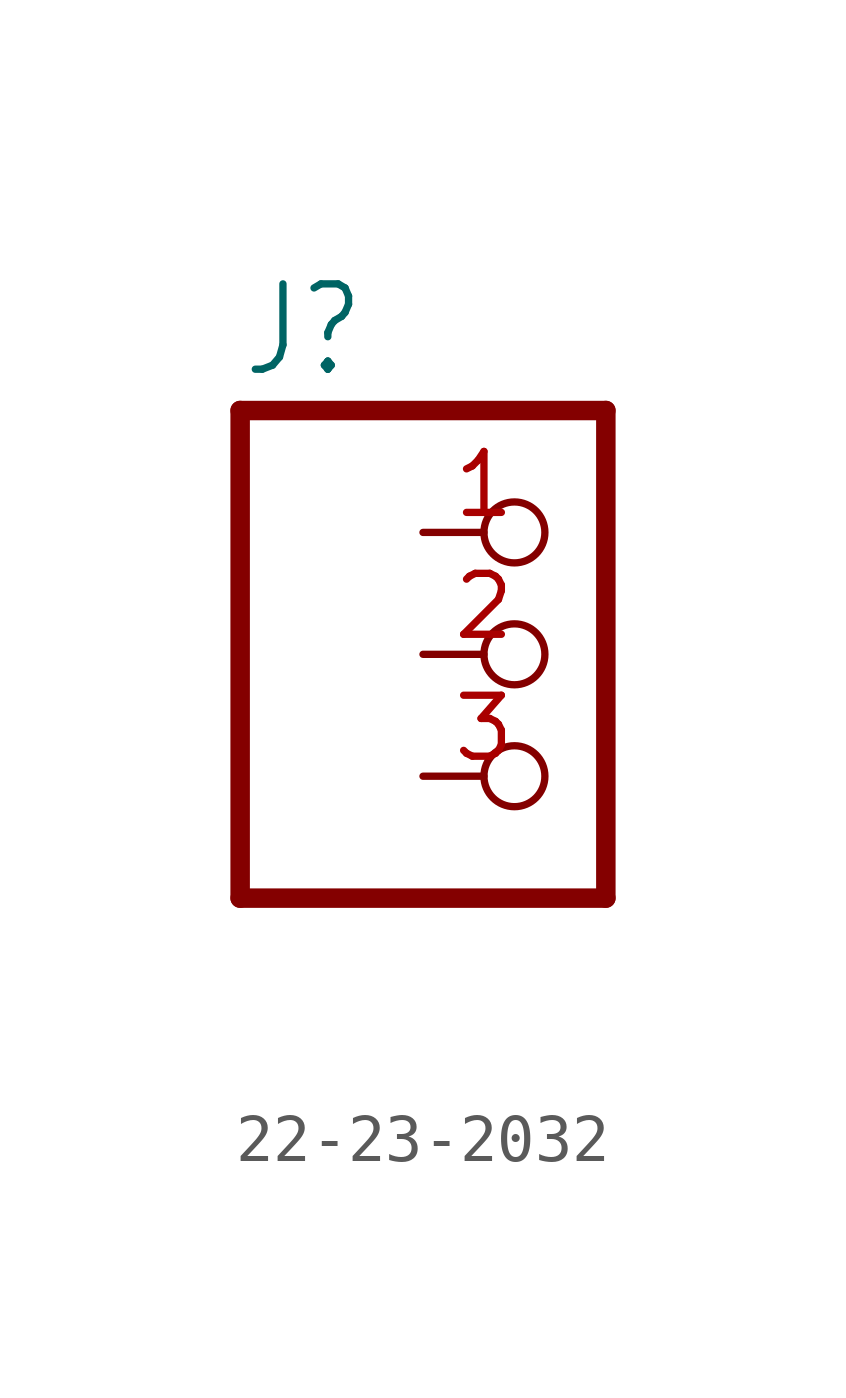
<source format=kicad_sym>
(kicad_symbol_lib
  (version 20231120)
  (generator "kicad_symbol_editor")
  (generator_version "8.0")
  (symbol "22-23-2032"
    (property "Reference" "J"
      (at -6.35 5.715 0)
      (effects (font (size 1.778 1.511)) (justify left bottom)))
    (property "Value" ""
      (at -6.35 -7.62 0)
      (effects (font (size 1.778 1.511)) (justify left bottom)))
    (property "ki_locked" ""
      (at 0 0 0)
      (effects (font (size 1.27 1.27))))
    (symbol "22-23-2032_1_0"
      (polyline (pts (xy -6.35 -5.08) (xy 1.27 -5.08)) (stroke (width 0.406) (type solid)) (fill (type none)))
      (polyline (pts (xy -6.35 5.08) (xy -6.35 -5.08)) (stroke (width 0.406) (type solid)) (fill (type none)))
      (polyline (pts (xy 1.27 -5.08) (xy 1.27 5.08)) (stroke (width 0.406) (type solid)) (fill (type none)))
      (polyline (pts (xy 1.27 5.08) (xy -6.35 5.08)) (stroke (width 0.406) (type solid)) (fill (type none)))
      (pin passive inverted (at -2.54 2.54 0) (length 2.54) (name "1" (effects (font (size 0 0)))) (number "1" (effects (font (size 1.27 1.27)))))
      (pin passive inverted (at -2.54 0 0) (length 2.54) (name "2" (effects (font (size 0 0)))) (number "2" (effects (font (size 1.27 1.27)))))
      (pin passive inverted (at -2.54 -2.54 0) (length 2.54) (name "3" (effects (font (size 0 0)))) (number "3" (effects (font (size 1.27 1.27))))))))
</source>
